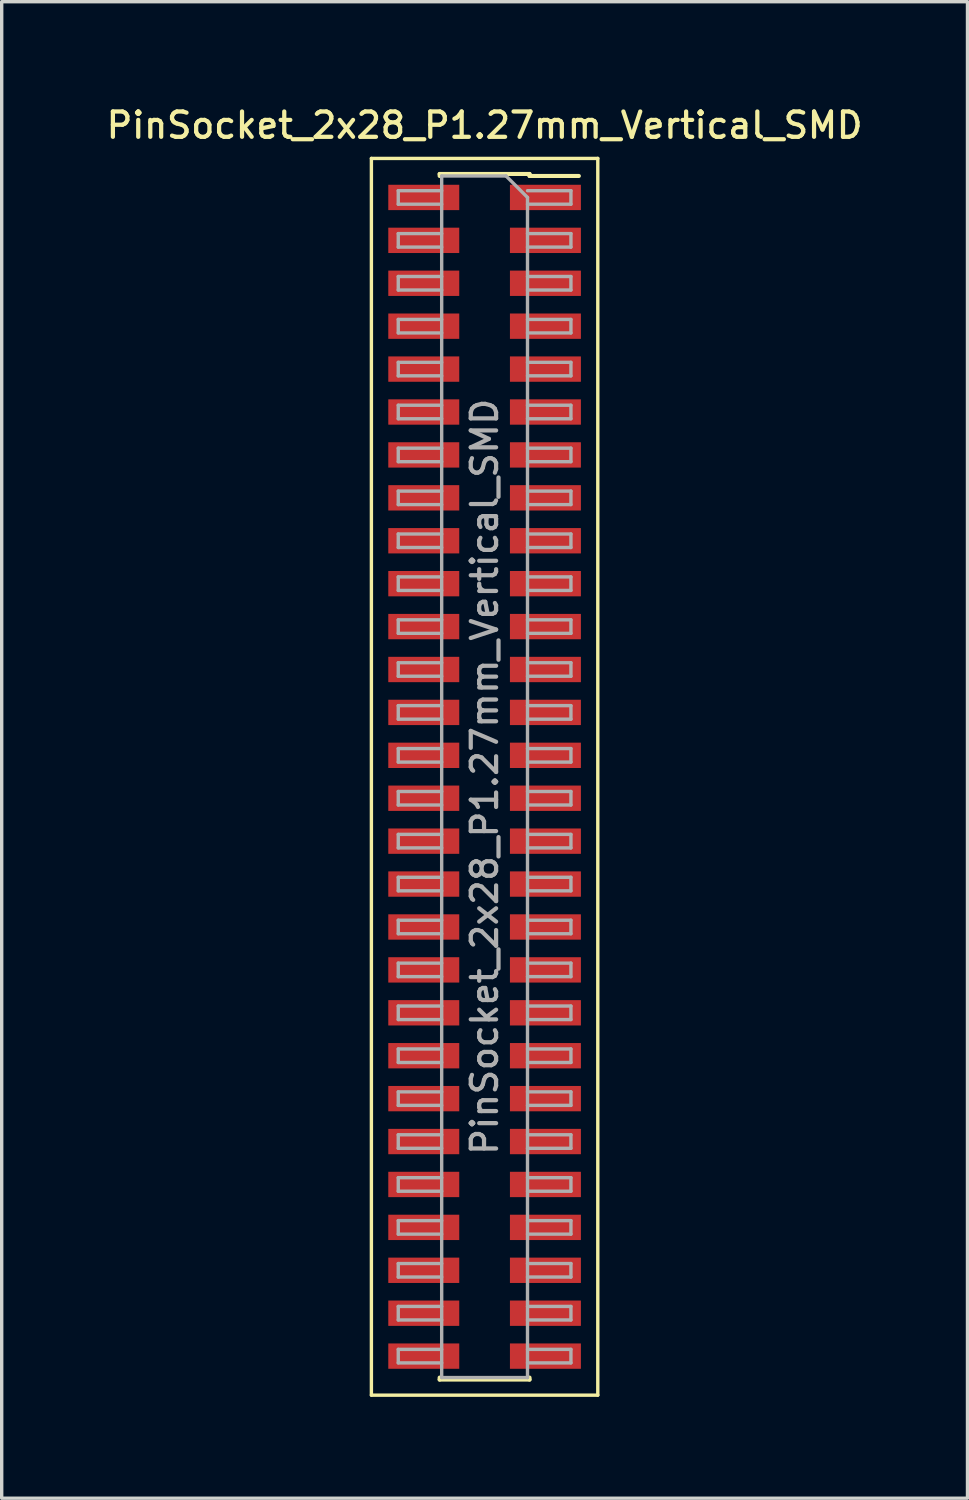
<source format=kicad_pcb>
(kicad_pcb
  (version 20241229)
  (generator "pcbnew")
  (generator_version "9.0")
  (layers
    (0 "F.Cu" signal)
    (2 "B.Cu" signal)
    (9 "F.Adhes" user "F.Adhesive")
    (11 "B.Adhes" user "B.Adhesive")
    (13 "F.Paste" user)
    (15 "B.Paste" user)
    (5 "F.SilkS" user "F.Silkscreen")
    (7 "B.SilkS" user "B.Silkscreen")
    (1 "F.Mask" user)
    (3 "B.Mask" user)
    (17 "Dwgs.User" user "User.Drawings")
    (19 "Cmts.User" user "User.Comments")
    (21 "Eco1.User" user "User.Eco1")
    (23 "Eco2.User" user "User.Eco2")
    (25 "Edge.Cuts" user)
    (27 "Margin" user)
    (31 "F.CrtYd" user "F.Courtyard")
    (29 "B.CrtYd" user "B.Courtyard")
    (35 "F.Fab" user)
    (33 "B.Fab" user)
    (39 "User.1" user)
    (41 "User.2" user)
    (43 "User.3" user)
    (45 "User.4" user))
  (footprint "PinSocket_2x28_P1.27mm_Vertical_SMD"
    (layer "F.Cu")
    (at 11.291 19.938)
    (property "Reference" "PinSocket_2x28_P1.27mm_Vertical_SMD" (at 0 -19.28 0) (layer "F.SilkS") (effects (font (size 0.75 0.75) (thickness 0.125))))
    (attr smd)
    (fp_line (start -3.35 -18.3) (end 3.35 -18.3) (stroke (width 0.1) (type solid)) (layer "F.SilkS"))
    (fp_line (start -3.35 18.3) (end -3.35 -18.3) (stroke (width 0.1) (type solid)) (layer "F.SilkS"))
    (fp_line (start -1.33 -17.84) (end -1.33 -17.78) (stroke (width 0.12) (type solid)) (layer "F.SilkS"))
    (fp_line (start -1.33 -17.84) (end 1.33 -17.84) (stroke (width 0.12) (type solid)) (layer "F.SilkS"))
    (fp_line (start -1.33 17.78) (end -1.33 17.84) (stroke (width 0.12) (type solid)) (layer "F.SilkS"))
    (fp_line (start -1.33 17.84) (end 1.33 17.84) (stroke (width 0.12) (type solid)) (layer "F.SilkS"))
    (fp_line (start 1.33 -17.84) (end 1.33 -17.78) (stroke (width 0.12) (type solid)) (layer "F.SilkS"))
    (fp_line (start 1.33 -17.78) (end 2.79 -17.78) (stroke (width 0.12) (type solid)) (layer "F.SilkS"))
    (fp_line (start 1.33 17.78) (end 1.33 17.84) (stroke (width 0.12) (type solid)) (layer "F.SilkS"))
    (fp_line (start 3.35 -18.3) (end 3.35 18.3) (stroke (width 0.1) (type solid)) (layer "F.SilkS"))
    (fp_line (start 3.35 18.3) (end -3.35 18.3) (stroke (width 0.1) (type solid)) (layer "F.SilkS"))
    (fp_line (start -2.555 -17.345) (end -1.27 -17.345) (stroke (width 0.1) (type solid)) (layer "F.Fab"))
    (fp_line (start -2.555 -16.945) (end -2.555 -17.345) (stroke (width 0.1) (type solid)) (layer "F.Fab"))
    (fp_line (start -2.555 -16.075) (end -1.27 -16.075) (stroke (width 0.1) (type solid)) (layer "F.Fab"))
    (fp_line (start -2.555 -15.675) (end -2.555 -16.075) (stroke (width 0.1) (type solid)) (layer "F.Fab"))
    (fp_line (start -2.555 -14.805) (end -1.27 -14.805) (stroke (width 0.1) (type solid)) (layer "F.Fab"))
    (fp_line (start -2.555 -14.405) (end -2.555 -14.805) (stroke (width 0.1) (type solid)) (layer "F.Fab"))
    (fp_line (start -2.555 -13.535) (end -1.27 -13.535) (stroke (width 0.1) (type solid)) (layer "F.Fab"))
    (fp_line (start -2.555 -13.135) (end -2.555 -13.535) (stroke (width 0.1) (type solid)) (layer "F.Fab"))
    (fp_line (start -2.555 -12.265) (end -1.27 -12.265) (stroke (width 0.1) (type solid)) (layer "F.Fab"))
    (fp_line (start -2.555 -11.865) (end -2.555 -12.265) (stroke (width 0.1) (type solid)) (layer "F.Fab"))
    (fp_line (start -2.555 -10.995) (end -1.27 -10.995) (stroke (width 0.1) (type solid)) (layer "F.Fab"))
    (fp_line (start -2.555 -10.595) (end -2.555 -10.995) (stroke (width 0.1) (type solid)) (layer "F.Fab"))
    (fp_line (start -2.555 -9.725) (end -1.27 -9.725) (stroke (width 0.1) (type solid)) (layer "F.Fab"))
    (fp_line (start -2.555 -9.325) (end -2.555 -9.725) (stroke (width 0.1) (type solid)) (layer "F.Fab"))
    (fp_line (start -2.555 -8.455) (end -1.27 -8.455) (stroke (width 0.1) (type solid)) (layer "F.Fab"))
    (fp_line (start -2.555 -8.055) (end -2.555 -8.455) (stroke (width 0.1) (type solid)) (layer "F.Fab"))
    (fp_line (start -2.555 -7.185) (end -1.27 -7.185) (stroke (width 0.1) (type solid)) (layer "F.Fab"))
    (fp_line (start -2.555 -6.785) (end -2.555 -7.185) (stroke (width 0.1) (type solid)) (layer "F.Fab"))
    (fp_line (start -2.555 -5.915) (end -1.27 -5.915) (stroke (width 0.1) (type solid)) (layer "F.Fab"))
    (fp_line (start -2.555 -5.515) (end -2.555 -5.915) (stroke (width 0.1) (type solid)) (layer "F.Fab"))
    (fp_line (start -2.555 -4.645) (end -1.27 -4.645) (stroke (width 0.1) (type solid)) (layer "F.Fab"))
    (fp_line (start -2.555 -4.245) (end -2.555 -4.645) (stroke (width 0.1) (type solid)) (layer "F.Fab"))
    (fp_line (start -2.555 -3.375) (end -1.27 -3.375) (stroke (width 0.1) (type solid)) (layer "F.Fab"))
    (fp_line (start -2.555 -2.975) (end -2.555 -3.375) (stroke (width 0.1) (type solid)) (layer "F.Fab"))
    (fp_line (start -2.555 -2.105) (end -1.27 -2.105) (stroke (width 0.1) (type solid)) (layer "F.Fab"))
    (fp_line (start -2.555 -1.705) (end -2.555 -2.105) (stroke (width 0.1) (type solid)) (layer "F.Fab"))
    (fp_line (start -2.555 -0.835) (end -1.27 -0.835) (stroke (width 0.1) (type solid)) (layer "F.Fab"))
    (fp_line (start -2.555 -0.435) (end -2.555 -0.835) (stroke (width 0.1) (type solid)) (layer "F.Fab"))
    (fp_line (start -2.555 0.435) (end -1.27 0.435) (stroke (width 0.1) (type solid)) (layer "F.Fab"))
    (fp_line (start -2.555 0.835) (end -2.555 0.435) (stroke (width 0.1) (type solid)) (layer "F.Fab"))
    (fp_line (start -2.555 1.705) (end -1.27 1.705) (stroke (width 0.1) (type solid)) (layer "F.Fab"))
    (fp_line (start -2.555 2.105) (end -2.555 1.705) (stroke (width 0.1) (type solid)) (layer "F.Fab"))
    (fp_line (start -2.555 2.975) (end -1.27 2.975) (stroke (width 0.1) (type solid)) (layer "F.Fab"))
    (fp_line (start -2.555 3.375) (end -2.555 2.975) (stroke (width 0.1) (type solid)) (layer "F.Fab"))
    (fp_line (start -2.555 4.245) (end -1.27 4.245) (stroke (width 0.1) (type solid)) (layer "F.Fab"))
    (fp_line (start -2.555 4.645) (end -2.555 4.245) (stroke (width 0.1) (type solid)) (layer "F.Fab"))
    (fp_line (start -2.555 5.515) (end -1.27 5.515) (stroke (width 0.1) (type solid)) (layer "F.Fab"))
    (fp_line (start -2.555 5.915) (end -2.555 5.515) (stroke (width 0.1) (type solid)) (layer "F.Fab"))
    (fp_line (start -2.555 6.785) (end -1.27 6.785) (stroke (width 0.1) (type solid)) (layer "F.Fab"))
    (fp_line (start -2.555 7.185) (end -2.555 6.785) (stroke (width 0.1) (type solid)) (layer "F.Fab"))
    (fp_line (start -2.555 8.055) (end -1.27 8.055) (stroke (width 0.1) (type solid)) (layer "F.Fab"))
    (fp_line (start -2.555 8.455) (end -2.555 8.055) (stroke (width 0.1) (type solid)) (layer "F.Fab"))
    (fp_line (start -2.555 9.325) (end -1.27 9.325) (stroke (width 0.1) (type solid)) (layer "F.Fab"))
    (fp_line (start -2.555 9.725) (end -2.555 9.325) (stroke (width 0.1) (type solid)) (layer "F.Fab"))
    (fp_line (start -2.555 10.595) (end -1.27 10.595) (stroke (width 0.1) (type solid)) (layer "F.Fab"))
    (fp_line (start -2.555 10.995) (end -2.555 10.595) (stroke (width 0.1) (type solid)) (layer "F.Fab"))
    (fp_line (start -2.555 11.865) (end -1.27 11.865) (stroke (width 0.1) (type solid)) (layer "F.Fab"))
    (fp_line (start -2.555 12.265) (end -2.555 11.865) (stroke (width 0.1) (type solid)) (layer "F.Fab"))
    (fp_line (start -2.555 13.135) (end -1.27 13.135) (stroke (width 0.1) (type solid)) (layer "F.Fab"))
    (fp_line (start -2.555 13.535) (end -2.555 13.135) (stroke (width 0.1) (type solid)) (layer "F.Fab"))
    (fp_line (start -2.555 14.405) (end -1.27 14.405) (stroke (width 0.1) (type solid)) (layer "F.Fab"))
    (fp_line (start -2.555 14.805) (end -2.555 14.405) (stroke (width 0.1) (type solid)) (layer "F.Fab"))
    (fp_line (start -2.555 15.675) (end -1.27 15.675) (stroke (width 0.1) (type solid)) (layer "F.Fab"))
    (fp_line (start -2.555 16.075) (end -2.555 15.675) (stroke (width 0.1) (type solid)) (layer "F.Fab"))
    (fp_line (start -2.555 16.945) (end -1.27 16.945) (stroke (width 0.1) (type solid)) (layer "F.Fab"))
    (fp_line (start -2.555 17.345) (end -2.555 16.945) (stroke (width 0.1) (type solid)) (layer "F.Fab"))
    (fp_line (start -1.27 -17.78) (end 0.635 -17.78) (stroke (width 0.1) (type solid)) (layer "F.Fab"))
    (fp_line (start -1.27 -16.945) (end -2.555 -16.945) (stroke (width 0.1) (type solid)) (layer "F.Fab"))
    (fp_line (start -1.27 -15.675) (end -2.555 -15.675) (stroke (width 0.1) (type solid)) (layer "F.Fab"))
    (fp_line (start -1.27 -14.405) (end -2.555 -14.405) (stroke (width 0.1) (type solid)) (layer "F.Fab"))
    (fp_line (start -1.27 -13.135) (end -2.555 -13.135) (stroke (width 0.1) (type solid)) (layer "F.Fab"))
    (fp_line (start -1.27 -11.865) (end -2.555 -11.865) (stroke (width 0.1) (type solid)) (layer "F.Fab"))
    (fp_line (start -1.27 -10.595) (end -2.555 -10.595) (stroke (width 0.1) (type solid)) (layer "F.Fab"))
    (fp_line (start -1.27 -9.325) (end -2.555 -9.325) (stroke (width 0.1) (type solid)) (layer "F.Fab"))
    (fp_line (start -1.27 -8.055) (end -2.555 -8.055) (stroke (width 0.1) (type solid)) (layer "F.Fab"))
    (fp_line (start -1.27 -6.785) (end -2.555 -6.785) (stroke (width 0.1) (type solid)) (layer "F.Fab"))
    (fp_line (start -1.27 -5.515) (end -2.555 -5.515) (stroke (width 0.1) (type solid)) (layer "F.Fab"))
    (fp_line (start -1.27 -4.245) (end -2.555 -4.245) (stroke (width 0.1) (type solid)) (layer "F.Fab"))
    (fp_line (start -1.27 -2.975) (end -2.555 -2.975) (stroke (width 0.1) (type solid)) (layer "F.Fab"))
    (fp_line (start -1.27 -1.705) (end -2.555 -1.705) (stroke (width 0.1) (type solid)) (layer "F.Fab"))
    (fp_line (start -1.27 -0.435) (end -2.555 -0.435) (stroke (width 0.1) (type solid)) (layer "F.Fab"))
    (fp_line (start -1.27 0.835) (end -2.555 0.835) (stroke (width 0.1) (type solid)) (layer "F.Fab"))
    (fp_line (start -1.27 2.105) (end -2.555 2.105) (stroke (width 0.1) (type solid)) (layer "F.Fab"))
    (fp_line (start -1.27 3.375) (end -2.555 3.375) (stroke (width 0.1) (type solid)) (layer "F.Fab"))
    (fp_line (start -1.27 4.645) (end -2.555 4.645) (stroke (width 0.1) (type solid)) (layer "F.Fab"))
    (fp_line (start -1.27 5.915) (end -2.555 5.915) (stroke (width 0.1) (type solid)) (layer "F.Fab"))
    (fp_line (start -1.27 7.185) (end -2.555 7.185) (stroke (width 0.1) (type solid)) (layer "F.Fab"))
    (fp_line (start -1.27 8.455) (end -2.555 8.455) (stroke (width 0.1) (type solid)) (layer "F.Fab"))
    (fp_line (start -1.27 9.725) (end -2.555 9.725) (stroke (width 0.1) (type solid)) (layer "F.Fab"))
    (fp_line (start -1.27 10.995) (end -2.555 10.995) (stroke (width 0.1) (type solid)) (layer "F.Fab"))
    (fp_line (start -1.27 12.265) (end -2.555 12.265) (stroke (width 0.1) (type solid)) (layer "F.Fab"))
    (fp_line (start -1.27 13.535) (end -2.555 13.535) (stroke (width 0.1) (type solid)) (layer "F.Fab"))
    (fp_line (start -1.27 14.805) (end -2.555 14.805) (stroke (width 0.1) (type solid)) (layer "F.Fab"))
    (fp_line (start -1.27 16.075) (end -2.555 16.075) (stroke (width 0.1) (type solid)) (layer "F.Fab"))
    (fp_line (start -1.27 17.345) (end -2.555 17.345) (stroke (width 0.1) (type solid)) (layer "F.Fab"))
    (fp_line (start -1.27 17.78) (end -1.27 -17.78) (stroke (width 0.1) (type solid)) (layer "F.Fab"))
    (fp_line (start 0.635 -17.78) (end 1.27 -17.145) (stroke (width 0.1) (type solid)) (layer "F.Fab"))
    (fp_line (start 1.27 -17.345) (end 2.555 -17.345) (stroke (width 0.1) (type solid)) (layer "F.Fab"))
    (fp_line (start 1.27 -17.145) (end 1.27 17.78) (stroke (width 0.1) (type solid)) (layer "F.Fab"))
    (fp_line (start 1.27 -16.075) (end 2.555 -16.075) (stroke (width 0.1) (type solid)) (layer "F.Fab"))
    (fp_line (start 1.27 -14.805) (end 2.555 -14.805) (stroke (width 0.1) (type solid)) (layer "F.Fab"))
    (fp_line (start 1.27 -13.535) (end 2.555 -13.535) (stroke (width 0.1) (type solid)) (layer "F.Fab"))
    (fp_line (start 1.27 -12.265) (end 2.555 -12.265) (stroke (width 0.1) (type solid)) (layer "F.Fab"))
    (fp_line (start 1.27 -10.995) (end 2.555 -10.995) (stroke (width 0.1) (type solid)) (layer "F.Fab"))
    (fp_line (start 1.27 -9.725) (end 2.555 -9.725) (stroke (width 0.1) (type solid)) (layer "F.Fab"))
    (fp_line (start 1.27 -8.455) (end 2.555 -8.455) (stroke (width 0.1) (type solid)) (layer "F.Fab"))
    (fp_line (start 1.27 -7.185) (end 2.555 -7.185) (stroke (width 0.1) (type solid)) (layer "F.Fab"))
    (fp_line (start 1.27 -5.915) (end 2.555 -5.915) (stroke (width 0.1) (type solid)) (layer "F.Fab"))
    (fp_line (start 1.27 -4.645) (end 2.555 -4.645) (stroke (width 0.1) (type solid)) (layer "F.Fab"))
    (fp_line (start 1.27 -3.375) (end 2.555 -3.375) (stroke (width 0.1) (type solid)) (layer "F.Fab"))
    (fp_line (start 1.27 -2.105) (end 2.555 -2.105) (stroke (width 0.1) (type solid)) (layer "F.Fab"))
    (fp_line (start 1.27 -0.835) (end 2.555 -0.835) (stroke (width 0.1) (type solid)) (layer "F.Fab"))
    (fp_line (start 1.27 0.435) (end 2.555 0.435) (stroke (width 0.1) (type solid)) (layer "F.Fab"))
    (fp_line (start 1.27 1.705) (end 2.555 1.705) (stroke (width 0.1) (type solid)) (layer "F.Fab"))
    (fp_line (start 1.27 2.975) (end 2.555 2.975) (stroke (width 0.1) (type solid)) (layer "F.Fab"))
    (fp_line (start 1.27 4.245) (end 2.555 4.245) (stroke (width 0.1) (type solid)) (layer "F.Fab"))
    (fp_line (start 1.27 5.515) (end 2.555 5.515) (stroke (width 0.1) (type solid)) (layer "F.Fab"))
    (fp_line (start 1.27 6.785) (end 2.555 6.785) (stroke (width 0.1) (type solid)) (layer "F.Fab"))
    (fp_line (start 1.27 8.055) (end 2.555 8.055) (stroke (width 0.1) (type solid)) (layer "F.Fab"))
    (fp_line (start 1.27 9.325) (end 2.555 9.325) (stroke (width 0.1) (type solid)) (layer "F.Fab"))
    (fp_line (start 1.27 10.595) (end 2.555 10.595) (stroke (width 0.1) (type solid)) (layer "F.Fab"))
    (fp_line (start 1.27 11.865) (end 2.555 11.865) (stroke (width 0.1) (type solid)) (layer "F.Fab"))
    (fp_line (start 1.27 13.135) (end 2.555 13.135) (stroke (width 0.1) (type solid)) (layer "F.Fab"))
    (fp_line (start 1.27 14.405) (end 2.555 14.405) (stroke (width 0.1) (type solid)) (layer "F.Fab"))
    (fp_line (start 1.27 15.675) (end 2.555 15.675) (stroke (width 0.1) (type solid)) (layer "F.Fab"))
    (fp_line (start 1.27 16.945) (end 2.555 16.945) (stroke (width 0.1) (type solid)) (layer "F.Fab"))
    (fp_line (start 1.27 17.78) (end -1.27 17.78) (stroke (width 0.1) (type solid)) (layer "F.Fab"))
    (fp_line (start 2.555 -17.345) (end 2.555 -16.945) (stroke (width 0.1) (type solid)) (layer "F.Fab"))
    (fp_line (start 2.555 -16.945) (end 1.27 -16.945) (stroke (width 0.1) (type solid)) (layer "F.Fab"))
    (fp_line (start 2.555 -16.075) (end 2.555 -15.675) (stroke (width 0.1) (type solid)) (layer "F.Fab"))
    (fp_line (start 2.555 -15.675) (end 1.27 -15.675) (stroke (width 0.1) (type solid)) (layer "F.Fab"))
    (fp_line (start 2.555 -14.805) (end 2.555 -14.405) (stroke (width 0.1) (type solid)) (layer "F.Fab"))
    (fp_line (start 2.555 -14.405) (end 1.27 -14.405) (stroke (width 0.1) (type solid)) (layer "F.Fab"))
    (fp_line (start 2.555 -13.535) (end 2.555 -13.135) (stroke (width 0.1) (type solid)) (layer "F.Fab"))
    (fp_line (start 2.555 -13.135) (end 1.27 -13.135) (stroke (width 0.1) (type solid)) (layer "F.Fab"))
    (fp_line (start 2.555 -12.265) (end 2.555 -11.865) (stroke (width 0.1) (type solid)) (layer "F.Fab"))
    (fp_line (start 2.555 -11.865) (end 1.27 -11.865) (stroke (width 0.1) (type solid)) (layer "F.Fab"))
    (fp_line (start 2.555 -10.995) (end 2.555 -10.595) (stroke (width 0.1) (type solid)) (layer "F.Fab"))
    (fp_line (start 2.555 -10.595) (end 1.27 -10.595) (stroke (width 0.1) (type solid)) (layer "F.Fab"))
    (fp_line (start 2.555 -9.725) (end 2.555 -9.325) (stroke (width 0.1) (type solid)) (layer "F.Fab"))
    (fp_line (start 2.555 -9.325) (end 1.27 -9.325) (stroke (width 0.1) (type solid)) (layer "F.Fab"))
    (fp_line (start 2.555 -8.455) (end 2.555 -8.055) (stroke (width 0.1) (type solid)) (layer "F.Fab"))
    (fp_line (start 2.555 -8.055) (end 1.27 -8.055) (stroke (width 0.1) (type solid)) (layer "F.Fab"))
    (fp_line (start 2.555 -7.185) (end 2.555 -6.785) (stroke (width 0.1) (type solid)) (layer "F.Fab"))
    (fp_line (start 2.555 -6.785) (end 1.27 -6.785) (stroke (width 0.1) (type solid)) (layer "F.Fab"))
    (fp_line (start 2.555 -5.915) (end 2.555 -5.515) (stroke (width 0.1) (type solid)) (layer "F.Fab"))
    (fp_line (start 2.555 -5.515) (end 1.27 -5.515) (stroke (width 0.1) (type solid)) (layer "F.Fab"))
    (fp_line (start 2.555 -4.645) (end 2.555 -4.245) (stroke (width 0.1) (type solid)) (layer "F.Fab"))
    (fp_line (start 2.555 -4.245) (end 1.27 -4.245) (stroke (width 0.1) (type solid)) (layer "F.Fab"))
    (fp_line (start 2.555 -3.375) (end 2.555 -2.975) (stroke (width 0.1) (type solid)) (layer "F.Fab"))
    (fp_line (start 2.555 -2.975) (end 1.27 -2.975) (stroke (width 0.1) (type solid)) (layer "F.Fab"))
    (fp_line (start 2.555 -2.105) (end 2.555 -1.705) (stroke (width 0.1) (type solid)) (layer "F.Fab"))
    (fp_line (start 2.555 -1.705) (end 1.27 -1.705) (stroke (width 0.1) (type solid)) (layer "F.Fab"))
    (fp_line (start 2.555 -0.835) (end 2.555 -0.435) (stroke (width 0.1) (type solid)) (layer "F.Fab"))
    (fp_line (start 2.555 -0.435) (end 1.27 -0.435) (stroke (width 0.1) (type solid)) (layer "F.Fab"))
    (fp_line (start 2.555 0.435) (end 2.555 0.835) (stroke (width 0.1) (type solid)) (layer "F.Fab"))
    (fp_line (start 2.555 0.835) (end 1.27 0.835) (stroke (width 0.1) (type solid)) (layer "F.Fab"))
    (fp_line (start 2.555 1.705) (end 2.555 2.105) (stroke (width 0.1) (type solid)) (layer "F.Fab"))
    (fp_line (start 2.555 2.105) (end 1.27 2.105) (stroke (width 0.1) (type solid)) (layer "F.Fab"))
    (fp_line (start 2.555 2.975) (end 2.555 3.375) (stroke (width 0.1) (type solid)) (layer "F.Fab"))
    (fp_line (start 2.555 3.375) (end 1.27 3.375) (stroke (width 0.1) (type solid)) (layer "F.Fab"))
    (fp_line (start 2.555 4.245) (end 2.555 4.645) (stroke (width 0.1) (type solid)) (layer "F.Fab"))
    (fp_line (start 2.555 4.645) (end 1.27 4.645) (stroke (width 0.1) (type solid)) (layer "F.Fab"))
    (fp_line (start 2.555 5.515) (end 2.555 5.915) (stroke (width 0.1) (type solid)) (layer "F.Fab"))
    (fp_line (start 2.555 5.915) (end 1.27 5.915) (stroke (width 0.1) (type solid)) (layer "F.Fab"))
    (fp_line (start 2.555 6.785) (end 2.555 7.185) (stroke (width 0.1) (type solid)) (layer "F.Fab"))
    (fp_line (start 2.555 7.185) (end 1.27 7.185) (stroke (width 0.1) (type solid)) (layer "F.Fab"))
    (fp_line (start 2.555 8.055) (end 2.555 8.455) (stroke (width 0.1) (type solid)) (layer "F.Fab"))
    (fp_line (start 2.555 8.455) (end 1.27 8.455) (stroke (width 0.1) (type solid)) (layer "F.Fab"))
    (fp_line (start 2.555 9.325) (end 2.555 9.725) (stroke (width 0.1) (type solid)) (layer "F.Fab"))
    (fp_line (start 2.555 9.725) (end 1.27 9.725) (stroke (width 0.1) (type solid)) (layer "F.Fab"))
    (fp_line (start 2.555 10.595) (end 2.555 10.995) (stroke (width 0.1) (type solid)) (layer "F.Fab"))
    (fp_line (start 2.555 10.995) (end 1.27 10.995) (stroke (width 0.1) (type solid)) (layer "F.Fab"))
    (fp_line (start 2.555 11.865) (end 2.555 12.265) (stroke (width 0.1) (type solid)) (layer "F.Fab"))
    (fp_line (start 2.555 12.265) (end 1.27 12.265) (stroke (width 0.1) (type solid)) (layer "F.Fab"))
    (fp_line (start 2.555 13.135) (end 2.555 13.535) (stroke (width 0.1) (type solid)) (layer "F.Fab"))
    (fp_line (start 2.555 13.535) (end 1.27 13.535) (stroke (width 0.1) (type solid)) (layer "F.Fab"))
    (fp_line (start 2.555 14.405) (end 2.555 14.805) (stroke (width 0.1) (type solid)) (layer "F.Fab"))
    (fp_line (start 2.555 14.805) (end 1.27 14.805) (stroke (width 0.1) (type solid)) (layer "F.Fab"))
    (fp_line (start 2.555 15.675) (end 2.555 16.075) (stroke (width 0.1) (type solid)) (layer "F.Fab"))
    (fp_line (start 2.555 16.075) (end 1.27 16.075) (stroke (width 0.1) (type solid)) (layer "F.Fab"))
    (fp_line (start 2.555 16.945) (end 2.555 17.345) (stroke (width 0.1) (type solid)) (layer "F.Fab"))
    (fp_line (start 2.555 17.345) (end 1.27 17.345) (stroke (width 0.1) (type solid)) (layer "F.Fab"))
    (fp_text user "${REFERENCE}" (at 0 0 90) (layer "F.Fab") (effects (font (size 0.75 0.75) (thickness 0.125))))
    (pad "1" smd rect (at 1.8 -17.145) (size 2.1 0.75) (layers "F.Cu" "F.Mask" "F.Paste"))
    (pad "2" smd rect (at -1.8 -17.145) (size 2.1 0.75) (layers "F.Cu" "F.Mask" "F.Paste"))
    (pad "3" smd rect (at 1.8 -15.875) (size 2.1 0.75) (layers "F.Cu" "F.Mask" "F.Paste"))
    (pad "4" smd rect (at -1.8 -15.875) (size 2.1 0.75) (layers "F.Cu" "F.Mask" "F.Paste"))
    (pad "5" smd rect (at 1.8 -14.605) (size 2.1 0.75) (layers "F.Cu" "F.Mask" "F.Paste"))
    (pad "6" smd rect (at -1.8 -14.605) (size 2.1 0.75) (layers "F.Cu" "F.Mask" "F.Paste"))
    (pad "7" smd rect (at 1.8 -13.335) (size 2.1 0.75) (layers "F.Cu" "F.Mask" "F.Paste"))
    (pad "8" smd rect (at -1.8 -13.335) (size 2.1 0.75) (layers "F.Cu" "F.Mask" "F.Paste"))
    (pad "9" smd rect (at 1.8 -12.065) (size 2.1 0.75) (layers "F.Cu" "F.Mask" "F.Paste"))
    (pad "10" smd rect (at -1.8 -12.065) (size 2.1 0.75) (layers "F.Cu" "F.Mask" "F.Paste"))
    (pad "11" smd rect (at 1.8 -10.795) (size 2.1 0.75) (layers "F.Cu" "F.Mask" "F.Paste"))
    (pad "12" smd rect (at -1.8 -10.795) (size 2.1 0.75) (layers "F.Cu" "F.Mask" "F.Paste"))
    (pad "13" smd rect (at 1.8 -9.525) (size 2.1 0.75) (layers "F.Cu" "F.Mask" "F.Paste"))
    (pad "14" smd rect (at -1.8 -9.525) (size 2.1 0.75) (layers "F.Cu" "F.Mask" "F.Paste"))
    (pad "15" smd rect (at 1.8 -8.255) (size 2.1 0.75) (layers "F.Cu" "F.Mask" "F.Paste"))
    (pad "16" smd rect (at -1.8 -8.255) (size 2.1 0.75) (layers "F.Cu" "F.Mask" "F.Paste"))
    (pad "17" smd rect (at 1.8 -6.985) (size 2.1 0.75) (layers "F.Cu" "F.Mask" "F.Paste"))
    (pad "18" smd rect (at -1.8 -6.985) (size 2.1 0.75) (layers "F.Cu" "F.Mask" "F.Paste"))
    (pad "19" smd rect (at 1.8 -5.715) (size 2.1 0.75) (layers "F.Cu" "F.Mask" "F.Paste"))
    (pad "20" smd rect (at -1.8 -5.715) (size 2.1 0.75) (layers "F.Cu" "F.Mask" "F.Paste"))
    (pad "21" smd rect (at 1.8 -4.445) (size 2.1 0.75) (layers "F.Cu" "F.Mask" "F.Paste"))
    (pad "22" smd rect (at -1.8 -4.445) (size 2.1 0.75) (layers "F.Cu" "F.Mask" "F.Paste"))
    (pad "23" smd rect (at 1.8 -3.175) (size 2.1 0.75) (layers "F.Cu" "F.Mask" "F.Paste"))
    (pad "24" smd rect (at -1.8 -3.175) (size 2.1 0.75) (layers "F.Cu" "F.Mask" "F.Paste"))
    (pad "25" smd rect (at 1.8 -1.905) (size 2.1 0.75) (layers "F.Cu" "F.Mask" "F.Paste"))
    (pad "26" smd rect (at -1.8 -1.905) (size 2.1 0.75) (layers "F.Cu" "F.Mask" "F.Paste"))
    (pad "27" smd rect (at 1.8 -0.635) (size 2.1 0.75) (layers "F.Cu" "F.Mask" "F.Paste"))
    (pad "28" smd rect (at -1.8 -0.635) (size 2.1 0.75) (layers "F.Cu" "F.Mask" "F.Paste"))
    (pad "29" smd rect (at 1.8 0.635) (size 2.1 0.75) (layers "F.Cu" "F.Mask" "F.Paste"))
    (pad "30" smd rect (at -1.8 0.635) (size 2.1 0.75) (layers "F.Cu" "F.Mask" "F.Paste"))
    (pad "31" smd rect (at 1.8 1.905) (size 2.1 0.75) (layers "F.Cu" "F.Mask" "F.Paste"))
    (pad "32" smd rect (at -1.8 1.905) (size 2.1 0.75) (layers "F.Cu" "F.Mask" "F.Paste"))
    (pad "33" smd rect (at 1.8 3.175) (size 2.1 0.75) (layers "F.Cu" "F.Mask" "F.Paste"))
    (pad "34" smd rect (at -1.8 3.175) (size 2.1 0.75) (layers "F.Cu" "F.Mask" "F.Paste"))
    (pad "35" smd rect (at 1.8 4.445) (size 2.1 0.75) (layers "F.Cu" "F.Mask" "F.Paste"))
    (pad "36" smd rect (at -1.8 4.445) (size 2.1 0.75) (layers "F.Cu" "F.Mask" "F.Paste"))
    (pad "37" smd rect (at 1.8 5.715) (size 2.1 0.75) (layers "F.Cu" "F.Mask" "F.Paste"))
    (pad "38" smd rect (at -1.8 5.715) (size 2.1 0.75) (layers "F.Cu" "F.Mask" "F.Paste"))
    (pad "39" smd rect (at 1.8 6.985) (size 2.1 0.75) (layers "F.Cu" "F.Mask" "F.Paste"))
    (pad "40" smd rect (at -1.8 6.985) (size 2.1 0.75) (layers "F.Cu" "F.Mask" "F.Paste"))
    (pad "41" smd rect (at 1.8 8.255) (size 2.1 0.75) (layers "F.Cu" "F.Mask" "F.Paste"))
    (pad "42" smd rect (at -1.8 8.255) (size 2.1 0.75) (layers "F.Cu" "F.Mask" "F.Paste"))
    (pad "43" smd rect (at 1.8 9.525) (size 2.1 0.75) (layers "F.Cu" "F.Mask" "F.Paste"))
    (pad "44" smd rect (at -1.8 9.525) (size 2.1 0.75) (layers "F.Cu" "F.Mask" "F.Paste"))
    (pad "45" smd rect (at 1.8 10.795) (size 2.1 0.75) (layers "F.Cu" "F.Mask" "F.Paste"))
    (pad "46" smd rect (at -1.8 10.795) (size 2.1 0.75) (layers "F.Cu" "F.Mask" "F.Paste"))
    (pad "47" smd rect (at 1.8 12.065) (size 2.1 0.75) (layers "F.Cu" "F.Mask" "F.Paste"))
    (pad "48" smd rect (at -1.8 12.065) (size 2.1 0.75) (layers "F.Cu" "F.Mask" "F.Paste"))
    (pad "49" smd rect (at 1.8 13.335) (size 2.1 0.75) (layers "F.Cu" "F.Mask" "F.Paste"))
    (pad "50" smd rect (at -1.8 13.335) (size 2.1 0.75) (layers "F.Cu" "F.Mask" "F.Paste"))
    (pad "51" smd rect (at 1.8 14.605) (size 2.1 0.75) (layers "F.Cu" "F.Mask" "F.Paste"))
    (pad "52" smd rect (at -1.8 14.605) (size 2.1 0.75) (layers "F.Cu" "F.Mask" "F.Paste"))
    (pad "53" smd rect (at 1.8 15.875) (size 2.1 0.75) (layers "F.Cu" "F.Mask" "F.Paste"))
    (pad "54" smd rect (at -1.8 15.875) (size 2.1 0.75) (layers "F.Cu" "F.Mask" "F.Paste"))
    (pad "55" smd rect (at 1.8 17.145) (size 2.1 0.75) (layers "F.Cu" "F.Mask" "F.Paste"))
    (pad "56" smd rect (at -1.8 17.145) (size 2.1 0.75) (layers "F.Cu" "F.Mask" "F.Paste")))
  (gr_rect
    (start -3 -3)
    (end 25.582 41.288)
    (stroke (width 0.1) (type default))
    (fill no)
    (layer "Edge.Cuts")))
</source>
